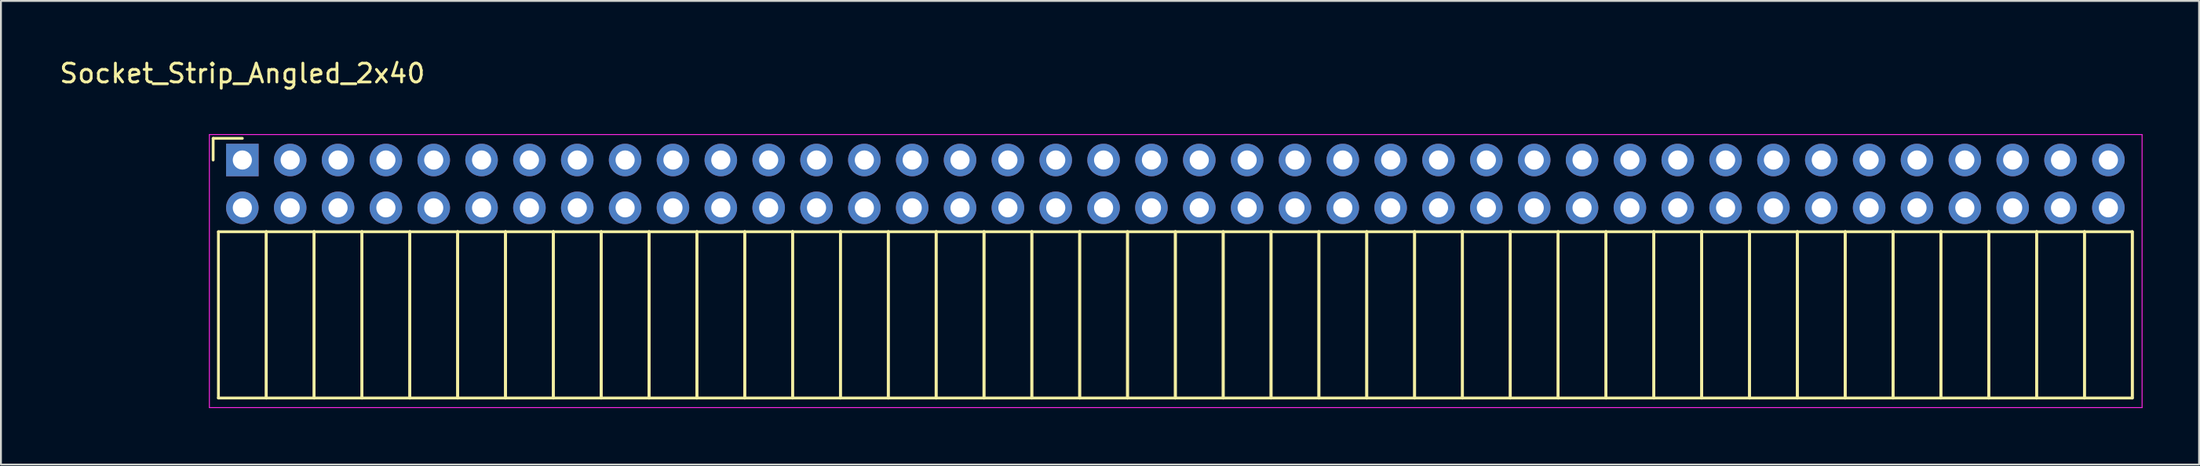
<source format=kicad_pcb>
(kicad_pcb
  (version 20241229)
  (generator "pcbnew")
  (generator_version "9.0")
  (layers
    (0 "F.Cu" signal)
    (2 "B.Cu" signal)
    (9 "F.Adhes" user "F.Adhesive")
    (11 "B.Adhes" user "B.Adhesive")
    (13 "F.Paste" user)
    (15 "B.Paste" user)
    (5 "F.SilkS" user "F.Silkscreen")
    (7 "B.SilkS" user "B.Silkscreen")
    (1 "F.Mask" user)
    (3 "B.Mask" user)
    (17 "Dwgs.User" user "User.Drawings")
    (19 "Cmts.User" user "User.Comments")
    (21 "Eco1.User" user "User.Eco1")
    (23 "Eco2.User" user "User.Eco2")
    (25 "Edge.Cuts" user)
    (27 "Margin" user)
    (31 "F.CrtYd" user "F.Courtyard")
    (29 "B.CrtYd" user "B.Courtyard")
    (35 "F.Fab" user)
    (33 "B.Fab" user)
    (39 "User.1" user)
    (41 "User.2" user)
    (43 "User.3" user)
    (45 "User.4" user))
  (footprint "Socket_Strip_Angled_2x40"
    (layer "F.Cu")
    (at 9.815 5.448)
    (property "Reference" "Socket_Strip_Angled_2x40" (at 0 -4.6 0) (layer "F.SilkS") (effects (font (size 1 1) (thickness 0.15))))
    (attr through_hole)
    (fp_line (start -1.55 -1.15) (end -1.55 0) (stroke (width 0.15) (type solid)) (layer "F.SilkS"))
    (fp_line (start -1.27 3.81) (end -1.27 12.64) (stroke (width 0.15) (type solid)) (layer "F.SilkS"))
    (fp_line (start -1.27 3.81) (end 1.27 3.81) (stroke (width 0.15) (type solid)) (layer "F.SilkS"))
    (fp_line (start -1.27 12.64) (end 1.27 12.64) (stroke (width 0.15) (type solid)) (layer "F.SilkS"))
    (fp_line (start 0 -1.15) (end -1.55 -1.15) (stroke (width 0.15) (type solid)) (layer "F.SilkS"))
    (fp_line (start 1.27 3.81) (end 1.27 12.64) (stroke (width 0.15) (type solid)) (layer "F.SilkS"))
    (fp_line (start 1.27 3.81) (end 3.81 3.81) (stroke (width 0.15) (type solid)) (layer "F.SilkS"))
    (fp_line (start 1.27 12.64) (end 1.27 3.81) (stroke (width 0.15) (type solid)) (layer "F.SilkS"))
    (fp_line (start 1.27 12.64) (end 3.81 12.64) (stroke (width 0.15) (type solid)) (layer "F.SilkS"))
    (fp_line (start 3.81 3.81) (end 3.81 12.64) (stroke (width 0.15) (type solid)) (layer "F.SilkS"))
    (fp_line (start 3.81 3.81) (end 6.35 3.81) (stroke (width 0.15) (type solid)) (layer "F.SilkS"))
    (fp_line (start 3.81 12.64) (end 3.81 3.81) (stroke (width 0.15) (type solid)) (layer "F.SilkS"))
    (fp_line (start 3.81 12.64) (end 6.35 12.64) (stroke (width 0.15) (type solid)) (layer "F.SilkS"))
    (fp_line (start 6.35 3.81) (end 6.35 12.64) (stroke (width 0.15) (type solid)) (layer "F.SilkS"))
    (fp_line (start 6.35 3.81) (end 8.89 3.81) (stroke (width 0.15) (type solid)) (layer "F.SilkS"))
    (fp_line (start 6.35 12.64) (end 6.35 3.81) (stroke (width 0.15) (type solid)) (layer "F.SilkS"))
    (fp_line (start 6.35 12.64) (end 8.89 12.64) (stroke (width 0.15) (type solid)) (layer "F.SilkS"))
    (fp_line (start 8.89 3.81) (end 8.89 12.64) (stroke (width 0.15) (type solid)) (layer "F.SilkS"))
    (fp_line (start 8.89 3.81) (end 11.43 3.81) (stroke (width 0.15) (type solid)) (layer "F.SilkS"))
    (fp_line (start 8.89 12.64) (end 8.89 3.81) (stroke (width 0.15) (type solid)) (layer "F.SilkS"))
    (fp_line (start 8.89 12.64) (end 11.43 12.64) (stroke (width 0.15) (type solid)) (layer "F.SilkS"))
    (fp_line (start 11.43 3.81) (end 11.43 12.64) (stroke (width 0.15) (type solid)) (layer "F.SilkS"))
    (fp_line (start 11.43 3.81) (end 13.97 3.81) (stroke (width 0.15) (type solid)) (layer "F.SilkS"))
    (fp_line (start 11.43 12.64) (end 11.43 3.81) (stroke (width 0.15) (type solid)) (layer "F.SilkS"))
    (fp_line (start 11.43 12.64) (end 13.97 12.64) (stroke (width 0.15) (type solid)) (layer "F.SilkS"))
    (fp_line (start 13.97 3.81) (end 13.97 12.64) (stroke (width 0.15) (type solid)) (layer "F.SilkS"))
    (fp_line (start 13.97 3.81) (end 16.51 3.81) (stroke (width 0.15) (type solid)) (layer "F.SilkS"))
    (fp_line (start 13.97 12.64) (end 13.97 3.81) (stroke (width 0.15) (type solid)) (layer "F.SilkS"))
    (fp_line (start 13.97 12.64) (end 16.51 12.64) (stroke (width 0.15) (type solid)) (layer "F.SilkS"))
    (fp_line (start 16.51 3.81) (end 16.51 12.64) (stroke (width 0.15) (type solid)) (layer "F.SilkS"))
    (fp_line (start 16.51 3.81) (end 19.05 3.81) (stroke (width 0.15) (type solid)) (layer "F.SilkS"))
    (fp_line (start 16.51 12.64) (end 16.51 3.81) (stroke (width 0.15) (type solid)) (layer "F.SilkS"))
    (fp_line (start 16.51 12.64) (end 19.05 12.64) (stroke (width 0.15) (type solid)) (layer "F.SilkS"))
    (fp_line (start 19.05 3.81) (end 19.05 12.64) (stroke (width 0.15) (type solid)) (layer "F.SilkS"))
    (fp_line (start 19.05 3.81) (end 21.59 3.81) (stroke (width 0.15) (type solid)) (layer "F.SilkS"))
    (fp_line (start 19.05 12.64) (end 19.05 3.81) (stroke (width 0.15) (type solid)) (layer "F.SilkS"))
    (fp_line (start 19.05 12.64) (end 21.59 12.64) (stroke (width 0.15) (type solid)) (layer "F.SilkS"))
    (fp_line (start 21.59 3.81) (end 21.59 12.64) (stroke (width 0.15) (type solid)) (layer "F.SilkS"))
    (fp_line (start 21.59 3.81) (end 24.13 3.81) (stroke (width 0.15) (type solid)) (layer "F.SilkS"))
    (fp_line (start 21.59 12.64) (end 21.59 3.81) (stroke (width 0.15) (type solid)) (layer "F.SilkS"))
    (fp_line (start 21.59 12.64) (end 24.13 12.64) (stroke (width 0.15) (type solid)) (layer "F.SilkS"))
    (fp_line (start 24.13 3.81) (end 24.13 12.64) (stroke (width 0.15) (type solid)) (layer "F.SilkS"))
    (fp_line (start 24.13 3.81) (end 26.67 3.81) (stroke (width 0.15) (type solid)) (layer "F.SilkS"))
    (fp_line (start 24.13 12.64) (end 24.13 3.81) (stroke (width 0.15) (type solid)) (layer "F.SilkS"))
    (fp_line (start 24.13 12.64) (end 26.67 12.64) (stroke (width 0.15) (type solid)) (layer "F.SilkS"))
    (fp_line (start 26.67 3.81) (end 26.67 12.64) (stroke (width 0.15) (type solid)) (layer "F.SilkS"))
    (fp_line (start 26.67 3.81) (end 29.21 3.81) (stroke (width 0.15) (type solid)) (layer "F.SilkS"))
    (fp_line (start 26.67 12.64) (end 26.67 3.81) (stroke (width 0.15) (type solid)) (layer "F.SilkS"))
    (fp_line (start 26.67 12.64) (end 29.21 12.64) (stroke (width 0.15) (type solid)) (layer "F.SilkS"))
    (fp_line (start 29.21 3.81) (end 29.21 12.64) (stroke (width 0.15) (type solid)) (layer "F.SilkS"))
    (fp_line (start 29.21 3.81) (end 31.75 3.81) (stroke (width 0.15) (type solid)) (layer "F.SilkS"))
    (fp_line (start 29.21 12.64) (end 29.21 3.81) (stroke (width 0.15) (type solid)) (layer "F.SilkS"))
    (fp_line (start 29.21 12.64) (end 31.75 12.64) (stroke (width 0.15) (type solid)) (layer "F.SilkS"))
    (fp_line (start 31.75 3.81) (end 31.75 12.64) (stroke (width 0.15) (type solid)) (layer "F.SilkS"))
    (fp_line (start 31.75 3.81) (end 34.29 3.81) (stroke (width 0.15) (type solid)) (layer "F.SilkS"))
    (fp_line (start 31.75 12.64) (end 31.75 3.81) (stroke (width 0.15) (type solid)) (layer "F.SilkS"))
    (fp_line (start 31.75 12.64) (end 34.29 12.64) (stroke (width 0.15) (type solid)) (layer "F.SilkS"))
    (fp_line (start 34.29 3.81) (end 34.29 12.64) (stroke (width 0.15) (type solid)) (layer "F.SilkS"))
    (fp_line (start 34.29 3.81) (end 36.83 3.81) (stroke (width 0.15) (type solid)) (layer "F.SilkS"))
    (fp_line (start 34.29 12.64) (end 34.29 3.81) (stroke (width 0.15) (type solid)) (layer "F.SilkS"))
    (fp_line (start 34.29 12.64) (end 36.83 12.64) (stroke (width 0.15) (type solid)) (layer "F.SilkS"))
    (fp_line (start 36.83 3.81) (end 36.83 12.64) (stroke (width 0.15) (type solid)) (layer "F.SilkS"))
    (fp_line (start 36.83 3.81) (end 39.37 3.81) (stroke (width 0.15) (type solid)) (layer "F.SilkS"))
    (fp_line (start 36.83 12.64) (end 36.83 3.81) (stroke (width 0.15) (type solid)) (layer "F.SilkS"))
    (fp_line (start 36.83 12.64) (end 39.37 12.64) (stroke (width 0.15) (type solid)) (layer "F.SilkS"))
    (fp_line (start 39.37 3.81) (end 39.37 12.64) (stroke (width 0.15) (type solid)) (layer "F.SilkS"))
    (fp_line (start 39.37 3.81) (end 41.91 3.81) (stroke (width 0.15) (type solid)) (layer "F.SilkS"))
    (fp_line (start 39.37 12.64) (end 39.37 3.81) (stroke (width 0.15) (type solid)) (layer "F.SilkS"))
    (fp_line (start 39.37 12.64) (end 41.91 12.64) (stroke (width 0.15) (type solid)) (layer "F.SilkS"))
    (fp_line (start 41.91 3.81) (end 41.91 12.64) (stroke (width 0.15) (type solid)) (layer "F.SilkS"))
    (fp_line (start 41.91 3.81) (end 44.45 3.81) (stroke (width 0.15) (type solid)) (layer "F.SilkS"))
    (fp_line (start 41.91 12.64) (end 41.91 3.81) (stroke (width 0.15) (type solid)) (layer "F.SilkS"))
    (fp_line (start 41.91 12.64) (end 44.45 12.64) (stroke (width 0.15) (type solid)) (layer "F.SilkS"))
    (fp_line (start 44.45 3.81) (end 44.45 12.64) (stroke (width 0.15) (type solid)) (layer "F.SilkS"))
    (fp_line (start 44.45 3.81) (end 46.99 3.81) (stroke (width 0.15) (type solid)) (layer "F.SilkS"))
    (fp_line (start 44.45 12.64) (end 44.45 3.81) (stroke (width 0.15) (type solid)) (layer "F.SilkS"))
    (fp_line (start 44.45 12.64) (end 46.99 12.64) (stroke (width 0.15) (type solid)) (layer "F.SilkS"))
    (fp_line (start 46.99 3.81) (end 46.99 12.64) (stroke (width 0.15) (type solid)) (layer "F.SilkS"))
    (fp_line (start 46.99 3.81) (end 49.53 3.81) (stroke (width 0.15) (type solid)) (layer "F.SilkS"))
    (fp_line (start 46.99 12.64) (end 46.99 3.81) (stroke (width 0.15) (type solid)) (layer "F.SilkS"))
    (fp_line (start 46.99 12.64) (end 49.53 12.64) (stroke (width 0.15) (type solid)) (layer "F.SilkS"))
    (fp_line (start 49.53 3.81) (end 49.53 12.64) (stroke (width 0.15) (type solid)) (layer "F.SilkS"))
    (fp_line (start 49.53 3.81) (end 52.07 3.81) (stroke (width 0.15) (type solid)) (layer "F.SilkS"))
    (fp_line (start 49.53 12.64) (end 49.53 3.81) (stroke (width 0.15) (type solid)) (layer "F.SilkS"))
    (fp_line (start 49.53 12.64) (end 52.07 12.64) (stroke (width 0.15) (type solid)) (layer "F.SilkS"))
    (fp_line (start 52.07 3.81) (end 52.07 12.64) (stroke (width 0.15) (type solid)) (layer "F.SilkS"))
    (fp_line (start 52.07 3.81) (end 54.61 3.81) (stroke (width 0.15) (type solid)) (layer "F.SilkS"))
    (fp_line (start 52.07 12.64) (end 52.07 3.81) (stroke (width 0.15) (type solid)) (layer "F.SilkS"))
    (fp_line (start 52.07 12.64) (end 54.61 12.64) (stroke (width 0.15) (type solid)) (layer "F.SilkS"))
    (fp_line (start 54.61 3.81) (end 54.61 12.64) (stroke (width 0.15) (type solid)) (layer "F.SilkS"))
    (fp_line (start 54.61 3.81) (end 57.15 3.81) (stroke (width 0.15) (type solid)) (layer "F.SilkS"))
    (fp_line (start 54.61 12.64) (end 54.61 3.81) (stroke (width 0.15) (type solid)) (layer "F.SilkS"))
    (fp_line (start 54.61 12.64) (end 57.15 12.64) (stroke (width 0.15) (type solid)) (layer "F.SilkS"))
    (fp_line (start 57.15 3.81) (end 57.15 12.64) (stroke (width 0.15) (type solid)) (layer "F.SilkS"))
    (fp_line (start 57.15 3.81) (end 59.69 3.81) (stroke (width 0.15) (type solid)) (layer "F.SilkS"))
    (fp_line (start 57.15 12.64) (end 57.15 3.81) (stroke (width 0.15) (type solid)) (layer "F.SilkS"))
    (fp_line (start 57.15 12.64) (end 59.69 12.64) (stroke (width 0.15) (type solid)) (layer "F.SilkS"))
    (fp_line (start 59.69 3.81) (end 59.69 12.64) (stroke (width 0.15) (type solid)) (layer "F.SilkS"))
    (fp_line (start 59.69 3.81) (end 62.23 3.81) (stroke (width 0.15) (type solid)) (layer "F.SilkS"))
    (fp_line (start 59.69 12.64) (end 59.69 3.81) (stroke (width 0.15) (type solid)) (layer "F.SilkS"))
    (fp_line (start 59.69 12.64) (end 62.23 12.64) (stroke (width 0.15) (type solid)) (layer "F.SilkS"))
    (fp_line (start 62.23 3.81) (end 62.23 12.64) (stroke (width 0.15) (type solid)) (layer "F.SilkS"))
    (fp_line (start 62.23 3.81) (end 64.77 3.81) (stroke (width 0.15) (type solid)) (layer "F.SilkS"))
    (fp_line (start 62.23 12.64) (end 62.23 3.81) (stroke (width 0.15) (type solid)) (layer "F.SilkS"))
    (fp_line (start 62.23 12.64) (end 64.77 12.64) (stroke (width 0.15) (type solid)) (layer "F.SilkS"))
    (fp_line (start 64.77 3.81) (end 64.77 12.64) (stroke (width 0.15) (type solid)) (layer "F.SilkS"))
    (fp_line (start 64.77 3.81) (end 67.31 3.81) (stroke (width 0.15) (type solid)) (layer "F.SilkS"))
    (fp_line (start 64.77 12.64) (end 64.77 3.81) (stroke (width 0.15) (type solid)) (layer "F.SilkS"))
    (fp_line (start 64.77 12.64) (end 67.31 12.64) (stroke (width 0.15) (type solid)) (layer "F.SilkS"))
    (fp_line (start 67.31 3.81) (end 67.31 12.64) (stroke (width 0.15) (type solid)) (layer "F.SilkS"))
    (fp_line (start 67.31 3.81) (end 69.85 3.81) (stroke (width 0.15) (type solid)) (layer "F.SilkS"))
    (fp_line (start 67.31 12.64) (end 67.31 3.81) (stroke (width 0.15) (type solid)) (layer "F.SilkS"))
    (fp_line (start 67.31 12.64) (end 69.85 12.64) (stroke (width 0.15) (type solid)) (layer "F.SilkS"))
    (fp_line (start 69.85 3.81) (end 69.85 12.64) (stroke (width 0.15) (type solid)) (layer "F.SilkS"))
    (fp_line (start 69.85 3.81) (end 72.39 3.81) (stroke (width 0.15) (type solid)) (layer "F.SilkS"))
    (fp_line (start 69.85 12.64) (end 69.85 3.81) (stroke (width 0.15) (type solid)) (layer "F.SilkS"))
    (fp_line (start 69.85 12.64) (end 72.39 12.64) (stroke (width 0.15) (type solid)) (layer "F.SilkS"))
    (fp_line (start 72.39 3.81) (end 72.39 12.64) (stroke (width 0.15) (type solid)) (layer "F.SilkS"))
    (fp_line (start 72.39 3.81) (end 74.93 3.81) (stroke (width 0.15) (type solid)) (layer "F.SilkS"))
    (fp_line (start 72.39 12.64) (end 72.39 3.81) (stroke (width 0.15) (type solid)) (layer "F.SilkS"))
    (fp_line (start 72.39 12.64) (end 74.93 12.64) (stroke (width 0.15) (type solid)) (layer "F.SilkS"))
    (fp_line (start 74.93 3.81) (end 74.93 12.64) (stroke (width 0.15) (type solid)) (layer "F.SilkS"))
    (fp_line (start 74.93 3.81) (end 77.47 3.81) (stroke (width 0.15) (type solid)) (layer "F.SilkS"))
    (fp_line (start 74.93 12.64) (end 74.93 3.81) (stroke (width 0.15) (type solid)) (layer "F.SilkS"))
    (fp_line (start 74.93 12.64) (end 77.47 12.64) (stroke (width 0.15) (type solid)) (layer "F.SilkS"))
    (fp_line (start 77.47 3.81) (end 77.47 12.64) (stroke (width 0.15) (type solid)) (layer "F.SilkS"))
    (fp_line (start 77.47 3.81) (end 80.01 3.81) (stroke (width 0.15) (type solid)) (layer "F.SilkS"))
    (fp_line (start 77.47 12.64) (end 77.47 3.81) (stroke (width 0.15) (type solid)) (layer "F.SilkS"))
    (fp_line (start 77.47 12.64) (end 80.01 12.64) (stroke (width 0.15) (type solid)) (layer "F.SilkS"))
    (fp_line (start 80.01 3.81) (end 80.01 12.64) (stroke (width 0.15) (type solid)) (layer "F.SilkS"))
    (fp_line (start 80.01 3.81) (end 82.55 3.81) (stroke (width 0.15) (type solid)) (layer "F.SilkS"))
    (fp_line (start 80.01 12.64) (end 80.01 3.81) (stroke (width 0.15) (type solid)) (layer "F.SilkS"))
    (fp_line (start 80.01 12.64) (end 82.55 12.64) (stroke (width 0.15) (type solid)) (layer "F.SilkS"))
    (fp_line (start 82.55 3.81) (end 82.55 12.64) (stroke (width 0.15) (type solid)) (layer "F.SilkS"))
    (fp_line (start 82.55 3.81) (end 85.09 3.81) (stroke (width 0.15) (type solid)) (layer "F.SilkS"))
    (fp_line (start 82.55 12.64) (end 82.55 3.81) (stroke (width 0.15) (type solid)) (layer "F.SilkS"))
    (fp_line (start 82.55 12.64) (end 85.09 12.64) (stroke (width 0.15) (type solid)) (layer "F.SilkS"))
    (fp_line (start 85.09 3.81) (end 85.09 12.64) (stroke (width 0.15) (type solid)) (layer "F.SilkS"))
    (fp_line (start 85.09 3.81) (end 87.63 3.81) (stroke (width 0.15) (type solid)) (layer "F.SilkS"))
    (fp_line (start 85.09 12.64) (end 85.09 3.81) (stroke (width 0.15) (type solid)) (layer "F.SilkS"))
    (fp_line (start 85.09 12.64) (end 87.63 12.64) (stroke (width 0.15) (type solid)) (layer "F.SilkS"))
    (fp_line (start 87.63 3.81) (end 87.63 12.64) (stroke (width 0.15) (type solid)) (layer "F.SilkS"))
    (fp_line (start 87.63 3.81) (end 90.17 3.81) (stroke (width 0.15) (type solid)) (layer "F.SilkS"))
    (fp_line (start 87.63 12.64) (end 87.63 3.81) (stroke (width 0.15) (type solid)) (layer "F.SilkS"))
    (fp_line (start 87.63 12.64) (end 90.17 12.64) (stroke (width 0.15) (type solid)) (layer "F.SilkS"))
    (fp_line (start 90.17 3.81) (end 90.17 12.64) (stroke (width 0.15) (type solid)) (layer "F.SilkS"))
    (fp_line (start 90.17 3.81) (end 92.71 3.81) (stroke (width 0.15) (type solid)) (layer "F.SilkS"))
    (fp_line (start 90.17 12.64) (end 90.17 3.81) (stroke (width 0.15) (type solid)) (layer "F.SilkS"))
    (fp_line (start 90.17 12.64) (end 92.71 12.64) (stroke (width 0.15) (type solid)) (layer "F.SilkS"))
    (fp_line (start 92.71 3.81) (end 92.71 12.64) (stroke (width 0.15) (type solid)) (layer "F.SilkS"))
    (fp_line (start 92.71 3.81) (end 95.25 3.81) (stroke (width 0.15) (type solid)) (layer "F.SilkS"))
    (fp_line (start 92.71 12.64) (end 92.71 3.81) (stroke (width 0.15) (type solid)) (layer "F.SilkS"))
    (fp_line (start 92.71 12.64) (end 95.25 12.64) (stroke (width 0.15) (type solid)) (layer "F.SilkS"))
    (fp_line (start 95.25 3.81) (end 95.25 12.64) (stroke (width 0.15) (type solid)) (layer "F.SilkS"))
    (fp_line (start 95.25 3.81) (end 97.79 3.81) (stroke (width 0.15) (type solid)) (layer "F.SilkS"))
    (fp_line (start 95.25 12.64) (end 95.25 3.81) (stroke (width 0.15) (type solid)) (layer "F.SilkS"))
    (fp_line (start 95.25 12.64) (end 97.79 12.64) (stroke (width 0.15) (type solid)) (layer "F.SilkS"))
    (fp_line (start 97.79 3.81) (end 97.79 12.64) (stroke (width 0.15) (type solid)) (layer "F.SilkS"))
    (fp_line (start 97.79 3.81) (end 100.33 3.81) (stroke (width 0.15) (type solid)) (layer "F.SilkS"))
    (fp_line (start 97.79 12.64) (end 97.79 3.81) (stroke (width 0.15) (type solid)) (layer "F.SilkS"))
    (fp_line (start 97.79 12.64) (end 100.33 12.64) (stroke (width 0.15) (type solid)) (layer "F.SilkS"))
    (fp_line (start 100.33 3.81) (end 100.33 12.64) (stroke (width 0.15) (type solid)) (layer "F.SilkS"))
    (fp_line (start 100.33 12.64) (end 100.33 3.81) (stroke (width 0.15) (type solid)) (layer "F.SilkS"))
    (fp_line (start -1.75 -1.35) (end -1.75 13.15) (stroke (width 0.05) (type solid)) (layer "F.CrtYd"))
    (fp_line (start -1.75 -1.35) (end 100.85 -1.35) (stroke (width 0.05) (type solid)) (layer "F.CrtYd"))
    (fp_line (start -1.75 13.15) (end 100.85 13.15) (stroke (width 0.05) (type solid)) (layer "F.CrtYd"))
    (fp_line (start 100.85 -1.35) (end 100.85 13.15) (stroke (width 0.05) (type solid)) (layer "F.CrtYd"))
    (pad "1" thru_hole rect (at 0 0) (size 1.727 1.727) (drill 1.016) (layers "*.Cu" "*.Mask"))
    (pad "2" thru_hole oval (at 0 2.54) (size 1.727 1.727) (drill 1.016) (layers "*.Cu" "*.Mask"))
    (pad "3" thru_hole oval (at 2.54 0) (size 1.727 1.727) (drill 1.016) (layers "*.Cu" "*.Mask"))
    (pad "4" thru_hole oval (at 2.54 2.54) (size 1.727 1.727) (drill 1.016) (layers "*.Cu" "*.Mask"))
    (pad "5" thru_hole oval (at 5.08 0) (size 1.727 1.727) (drill 1.016) (layers "*.Cu" "*.Mask"))
    (pad "6" thru_hole oval (at 5.08 2.54) (size 1.727 1.727) (drill 1.016) (layers "*.Cu" "*.Mask"))
    (pad "7" thru_hole oval (at 7.62 0) (size 1.727 1.727) (drill 1.016) (layers "*.Cu" "*.Mask"))
    (pad "8" thru_hole oval (at 7.62 2.54) (size 1.727 1.727) (drill 1.016) (layers "*.Cu" "*.Mask"))
    (pad "9" thru_hole oval (at 10.16 0) (size 1.727 1.727) (drill 1.016) (layers "*.Cu" "*.Mask"))
    (pad "10" thru_hole oval (at 10.16 2.54) (size 1.727 1.727) (drill 1.016) (layers "*.Cu" "*.Mask"))
    (pad "11" thru_hole oval (at 12.7 0) (size 1.727 1.727) (drill 1.016) (layers "*.Cu" "*.Mask"))
    (pad "12" thru_hole oval (at 12.7 2.54) (size 1.727 1.727) (drill 1.016) (layers "*.Cu" "*.Mask"))
    (pad "13" thru_hole oval (at 15.24 0) (size 1.727 1.727) (drill 1.016) (layers "*.Cu" "*.Mask"))
    (pad "14" thru_hole oval (at 15.24 2.54) (size 1.727 1.727) (drill 1.016) (layers "*.Cu" "*.Mask"))
    (pad "15" thru_hole oval (at 17.78 0) (size 1.727 1.727) (drill 1.016) (layers "*.Cu" "*.Mask"))
    (pad "16" thru_hole oval (at 17.78 2.54) (size 1.727 1.727) (drill 1.016) (layers "*.Cu" "*.Mask"))
    (pad "17" thru_hole oval (at 20.32 0) (size 1.727 1.727) (drill 1.016) (layers "*.Cu" "*.Mask"))
    (pad "18" thru_hole oval (at 20.32 2.54) (size 1.727 1.727) (drill 1.016) (layers "*.Cu" "*.Mask"))
    (pad "19" thru_hole oval (at 22.86 0) (size 1.727 1.727) (drill 1.016) (layers "*.Cu" "*.Mask"))
    (pad "20" thru_hole oval (at 22.86 2.54) (size 1.727 1.727) (drill 1.016) (layers "*.Cu" "*.Mask"))
    (pad "21" thru_hole oval (at 25.4 0) (size 1.727 1.727) (drill 1.016) (layers "*.Cu" "*.Mask"))
    (pad "22" thru_hole oval (at 25.4 2.54) (size 1.727 1.727) (drill 1.016) (layers "*.Cu" "*.Mask"))
    (pad "23" thru_hole oval (at 27.94 0) (size 1.727 1.727) (drill 1.016) (layers "*.Cu" "*.Mask"))
    (pad "24" thru_hole oval (at 27.94 2.54) (size 1.727 1.727) (drill 1.016) (layers "*.Cu" "*.Mask"))
    (pad "25" thru_hole oval (at 30.48 0) (size 1.727 1.727) (drill 1.016) (layers "*.Cu" "*.Mask"))
    (pad "26" thru_hole oval (at 30.48 2.54) (size 1.727 1.727) (drill 1.016) (layers "*.Cu" "*.Mask"))
    (pad "27" thru_hole oval (at 33.02 0) (size 1.727 1.727) (drill 1.016) (layers "*.Cu" "*.Mask"))
    (pad "28" thru_hole oval (at 33.02 2.54) (size 1.727 1.727) (drill 1.016) (layers "*.Cu" "*.Mask"))
    (pad "29" thru_hole oval (at 35.56 0) (size 1.727 1.727) (drill 1.016) (layers "*.Cu" "*.Mask"))
    (pad "30" thru_hole oval (at 35.56 2.54) (size 1.727 1.727) (drill 1.016) (layers "*.Cu" "*.Mask"))
    (pad "31" thru_hole oval (at 38.1 0) (size 1.727 1.727) (drill 1.016) (layers "*.Cu" "*.Mask"))
    (pad "32" thru_hole oval (at 38.1 2.54) (size 1.727 1.727) (drill 1.016) (layers "*.Cu" "*.Mask"))
    (pad "33" thru_hole oval (at 40.64 0) (size 1.727 1.727) (drill 1.016) (layers "*.Cu" "*.Mask"))
    (pad "34" thru_hole oval (at 40.64 2.54) (size 1.727 1.727) (drill 1.016) (layers "*.Cu" "*.Mask"))
    (pad "35" thru_hole oval (at 43.18 0) (size 1.727 1.727) (drill 1.016) (layers "*.Cu" "*.Mask"))
    (pad "36" thru_hole oval (at 43.18 2.54) (size 1.727 1.727) (drill 1.016) (layers "*.Cu" "*.Mask"))
    (pad "37" thru_hole oval (at 45.72 0) (size 1.727 1.727) (drill 1.016) (layers "*.Cu" "*.Mask"))
    (pad "38" thru_hole oval (at 45.72 2.54) (size 1.727 1.727) (drill 1.016) (layers "*.Cu" "*.Mask"))
    (pad "39" thru_hole oval (at 48.26 0) (size 1.727 1.727) (drill 1.016) (layers "*.Cu" "*.Mask"))
    (pad "40" thru_hole oval (at 48.26 2.54) (size 1.727 1.727) (drill 1.016) (layers "*.Cu" "*.Mask"))
    (pad "41" thru_hole oval (at 50.8 0) (size 1.727 1.727) (drill 1.016) (layers "*.Cu" "*.Mask"))
    (pad "42" thru_hole oval (at 50.8 2.54) (size 1.727 1.727) (drill 1.016) (layers "*.Cu" "*.Mask"))
    (pad "43" thru_hole oval (at 53.34 0) (size 1.727 1.727) (drill 1.016) (layers "*.Cu" "*.Mask"))
    (pad "44" thru_hole oval (at 53.34 2.54) (size 1.727 1.727) (drill 1.016) (layers "*.Cu" "*.Mask"))
    (pad "45" thru_hole oval (at 55.88 0) (size 1.727 1.727) (drill 1.016) (layers "*.Cu" "*.Mask"))
    (pad "46" thru_hole oval (at 55.88 2.54) (size 1.727 1.727) (drill 1.016) (layers "*.Cu" "*.Mask"))
    (pad "47" thru_hole oval (at 58.42 0) (size 1.727 1.727) (drill 1.016) (layers "*.Cu" "*.Mask"))
    (pad "48" thru_hole oval (at 58.42 2.54) (size 1.727 1.727) (drill 1.016) (layers "*.Cu" "*.Mask"))
    (pad "49" thru_hole oval (at 60.96 0) (size 1.727 1.727) (drill 1.016) (layers "*.Cu" "*.Mask"))
    (pad "50" thru_hole oval (at 60.96 2.54) (size 1.727 1.727) (drill 1.016) (layers "*.Cu" "*.Mask"))
    (pad "51" thru_hole oval (at 63.5 0) (size 1.727 1.727) (drill 1.016) (layers "*.Cu" "*.Mask"))
    (pad "52" thru_hole oval (at 63.5 2.54) (size 1.727 1.727) (drill 1.016) (layers "*.Cu" "*.Mask"))
    (pad "53" thru_hole oval (at 66.04 0) (size 1.727 1.727) (drill 1.016) (layers "*.Cu" "*.Mask"))
    (pad "54" thru_hole oval (at 66.04 2.54) (size 1.727 1.727) (drill 1.016) (layers "*.Cu" "*.Mask"))
    (pad "55" thru_hole oval (at 68.58 0) (size 1.727 1.727) (drill 1.016) (layers "*.Cu" "*.Mask"))
    (pad "56" thru_hole oval (at 68.58 2.54) (size 1.727 1.727) (drill 1.016) (layers "*.Cu" "*.Mask"))
    (pad "57" thru_hole oval (at 71.12 0) (size 1.727 1.727) (drill 1.016) (layers "*.Cu" "*.Mask"))
    (pad "58" thru_hole oval (at 71.12 2.54) (size 1.727 1.727) (drill 1.016) (layers "*.Cu" "*.Mask"))
    (pad "59" thru_hole oval (at 73.66 0) (size 1.727 1.727) (drill 1.016) (layers "*.Cu" "*.Mask"))
    (pad "60" thru_hole oval (at 73.66 2.54) (size 1.727 1.727) (drill 1.016) (layers "*.Cu" "*.Mask"))
    (pad "61" thru_hole oval (at 76.2 0) (size 1.727 1.727) (drill 1.016) (layers "*.Cu" "*.Mask"))
    (pad "62" thru_hole oval (at 76.2 2.54) (size 1.727 1.727) (drill 1.016) (layers "*.Cu" "*.Mask"))
    (pad "63" thru_hole oval (at 78.74 0) (size 1.727 1.727) (drill 1.016) (layers "*.Cu" "*.Mask"))
    (pad "64" thru_hole oval (at 78.74 2.54) (size 1.727 1.727) (drill 1.016) (layers "*.Cu" "*.Mask"))
    (pad "65" thru_hole oval (at 81.28 0) (size 1.727 1.727) (drill 1.016) (layers "*.Cu" "*.Mask"))
    (pad "66" thru_hole oval (at 81.28 2.54) (size 1.727 1.727) (drill 1.016) (layers "*.Cu" "*.Mask"))
    (pad "67" thru_hole oval (at 83.82 0) (size 1.727 1.727) (drill 1.016) (layers "*.Cu" "*.Mask"))
    (pad "68" thru_hole oval (at 83.82 2.54) (size 1.727 1.727) (drill 1.016) (layers "*.Cu" "*.Mask"))
    (pad "69" thru_hole oval (at 86.36 0) (size 1.727 1.727) (drill 1.016) (layers "*.Cu" "*.Mask"))
    (pad "70" thru_hole oval (at 86.36 2.54) (size 1.727 1.727) (drill 1.016) (layers "*.Cu" "*.Mask"))
    (pad "71" thru_hole oval (at 88.9 0) (size 1.727 1.727) (drill 1.016) (layers "*.Cu" "*.Mask"))
    (pad "72" thru_hole oval (at 88.9 2.54) (size 1.727 1.727) (drill 1.016) (layers "*.Cu" "*.Mask"))
    (pad "73" thru_hole oval (at 91.44 0) (size 1.727 1.727) (drill 1.016) (layers "*.Cu" "*.Mask"))
    (pad "74" thru_hole oval (at 91.44 2.54) (size 1.727 1.727) (drill 1.016) (layers "*.Cu" "*.Mask"))
    (pad "75" thru_hole oval (at 93.98 0) (size 1.727 1.727) (drill 1.016) (layers "*.Cu" "*.Mask"))
    (pad "76" thru_hole oval (at 93.98 2.54) (size 1.727 1.727) (drill 1.016) (layers "*.Cu" "*.Mask"))
    (pad "77" thru_hole oval (at 96.52 0) (size 1.727 1.727) (drill 1.016) (layers "*.Cu" "*.Mask"))
    (pad "78" thru_hole oval (at 96.52 2.54) (size 1.727 1.727) (drill 1.016) (layers "*.Cu" "*.Mask"))
    (pad "79" thru_hole oval (at 99.06 0) (size 1.727 1.727) (drill 1.016) (layers "*.Cu" "*.Mask"))
    (pad "80" thru_hole oval (at 99.06 2.54) (size 1.727 1.727) (drill 1.016) (layers "*.Cu" "*.Mask")))
  (gr_rect
    (start -3 -3)
    (end 113.69 21.623)
    (stroke (width 0.1) (type default))
    (fill no)
    (layer "Edge.Cuts")))
</source>
